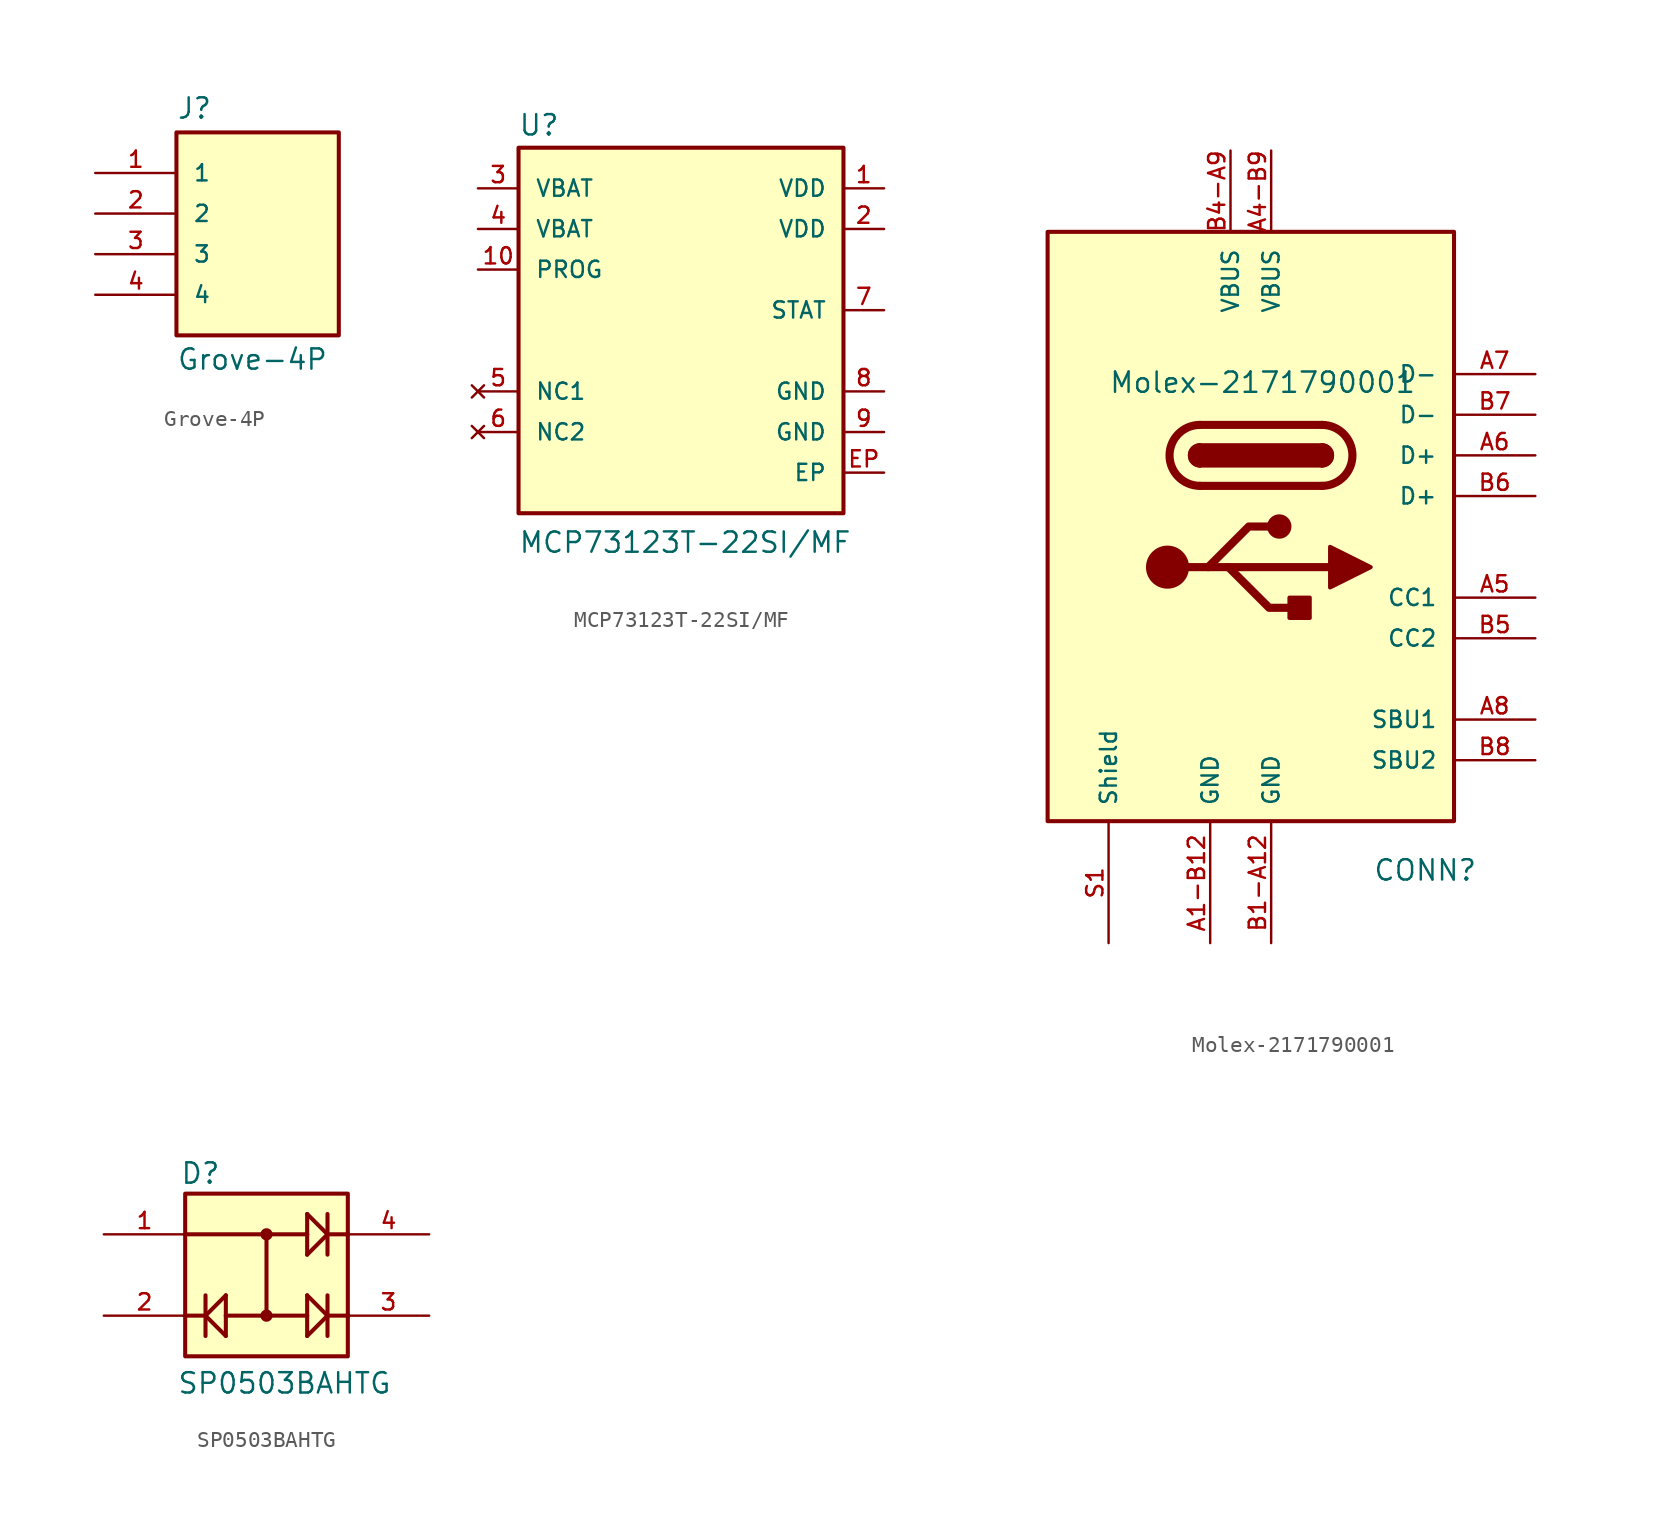
<source format=kicad_sym>
(kicad_symbol_lib
  (version 20220914)
  (generator kicad_symbol_editor)
  (symbol "Grove-4P"
    (pin_names
      (offset 1.016))
    (property "Reference" "J"
      (at -5.08 5.842 0)
      (effects (font (size 1.27 1.27)) (justify left bottom)))
    (property "Value" "Grove-4P"
      (at -5.08 -8.382 0)
      (effects (font (size 1.27 1.27)) (justify left top)))
    (symbol "Grove-4P_0_0"
      (rectangle (start -5.08 -7.62) (end 5.08 5.08) (stroke (width 0.254) (type default)) (fill (type background)))
      (pin bidirectional line (at -10.16 2.54 0) (length 5.08) (name "1" (effects (font (size 1.016 1.016)))) (number "1" (effects (font (size 1.016 1.016)))))
      (pin bidirectional line (at -10.16 0 0) (length 5.08) (name "2" (effects (font (size 1.016 1.016)))) (number "2" (effects (font (size 1.016 1.016)))))
      (pin power_in line (at -10.16 -2.54 0) (length 5.08) (name "3" (effects (font (size 1.016 1.016)))) (number "3" (effects (font (size 1.016 1.016)))))
      (pin power_in line (at -10.16 -5.08 0) (length 5.08) (name "4" (effects (font (size 1.016 1.016)))) (number "4" (effects (font (size 1.016 1.016)))))))
  (symbol "MCP73123T-22SI/MF"
    (pin_names
      (offset 1.016))
    (property "Reference" "U"
      (at -10.186 13.369 0)
      (effects (font (size 1.27 1.27)) (justify left bottom)))
    (property "Value" "MCP73123T-22SI{slash}MF"
      (at -10.184 -12.729 0)
      (effects (font (size 1.27 1.27)) (justify left bottom)))
    (symbol "MCP73123T-22SI/MF_0_0"
      (rectangle (start -10.16 -10.16) (end 10.16 12.7) (stroke (width 0.254) (type default)) (fill (type background)))
      (pin bidirectional line (at -12.7 5.08 0) (length 2.54) (name "PROG" (effects (font (size 1.016 1.016)))) (number "10" (effects (font (size 1.016 1.016)))))
      (pin no_connect line (at -12.7 -2.54 0) (length 2.54) (name "NC1" (effects (font (size 1.016 1.016)))) (number "5" (effects (font (size 1.016 1.016)))))
      (pin no_connect line (at -12.7 -5.08 0) (length 2.54) (name "NC2" (effects (font (size 1.016 1.016)))) (number "6" (effects (font (size 1.016 1.016)))))
      (pin output line (at 12.7 2.54 180) (length 2.54) (name "STAT" (effects (font (size 1.016 1.016)))) (number "7" (effects (font (size 1.016 1.016))))))
    (symbol "MCP73123T-22SI/MF_1_0"
      (pin power_in line (at 12.7 10.16 180) (length 2.54) (name "VDD" (effects (font (size 1.016 1.016)))) (number "1" (effects (font (size 1.016 1.016)))))
      (pin power_in line (at 12.7 7.62 180) (length 2.54) (name "VDD" (effects (font (size 1.016 1.016)))) (number "2" (effects (font (size 1.016 1.016)))))
      (pin power_out line (at -12.7 10.16 0) (length 2.54) (name "VBAT" (effects (font (size 1.016 1.016)))) (number "3" (effects (font (size 1.016 1.016)))))
      (pin passive line (at -12.7 7.62 0) (length 2.54) (name "VBAT" (effects (font (size 1.016 1.016)))) (number "4" (effects (font (size 1.016 1.016)))))
      (pin power_in line (at 12.7 -2.54 180) (length 2.54) (name "GND" (effects (font (size 1.016 1.016)))) (number "8" (effects (font (size 1.016 1.016)))))
      (pin power_in line (at 12.7 -5.08 180) (length 2.54) (name "GND" (effects (font (size 1.016 1.016)))) (number "9" (effects (font (size 1.016 1.016)))))
      (pin power_in line (at 12.7 -7.62 180) (length 2.54) (name "EP" (effects (font (size 1.016 1.016)))) (number "EP" (effects (font (size 1.016 1.016)))))))
  (symbol "Molex-2171790001"
    (pin_names
      (offset 1.016))
    (property "Reference" "CONN"
      (at 10.16 -27.94 0)
      (effects (font (size 1.27 1.27)) (justify left bottom)))
    (property "Value" "Molex-2171790001"
      (at -6.35 2.54 0)
      (effects (font (size 1.27 1.27)) (justify left bottom)))
    (symbol "Molex-2171790001_0_0"
      (rectangle (start -10.16 12.7) (end 15.24 -24.13) (stroke (width 0.254) (type default)) (fill (type background)))
      (pin power_in line (at 0 -31.75 90) (length 7.52) (name "GND" (effects (font (size 1.016 1.016)))) (number "A1-B12" (effects (font (size 1.016 1.016)))))
      (pin bidirectional line (at 20.32 -10.16 180) (length 5.08) (name "CC1" (effects (font (size 1.016 1.016)))) (number "A5" (effects (font (size 1.016 1.016)))))
      (pin bidirectional line (at 20.32 -1.27 180) (length 5.08) (name "D+" (effects (font (size 1.016 1.016)))) (number "A6" (effects (font (size 1.016 1.016)))))
      (pin bidirectional line (at 20.32 3.81 180) (length 5.08) (name "D-" (effects (font (size 1.016 1.016)))) (number "A7" (effects (font (size 1.016 1.016)))))
      (pin bidirectional line (at 20.32 -17.78 180) (length 5.08) (name "SBU1" (effects (font (size 1.016 1.016)))) (number "A8" (effects (font (size 1.016 1.016)))))
      (pin power_in line (at 3.81 -31.75 90) (length 7.52) (name "GND" (effects (font (size 1.016 1.016)))) (number "B1-A12" (effects (font (size 1.016 1.016)))))
      (pin bidirectional line (at 20.32 -12.7 180) (length 5.08) (name "CC2" (effects (font (size 1.016 1.016)))) (number "B5" (effects (font (size 1.016 1.016)))))
      (pin bidirectional line (at 20.32 -3.81 180) (length 5.08) (name "D+" (effects (font (size 1.016 1.016)))) (number "B6" (effects (font (size 1.016 1.016)))))
      (pin bidirectional line (at 20.32 1.27 180) (length 5.08) (name "D-" (effects (font (size 1.016 1.016)))) (number "B7" (effects (font (size 1.016 1.016)))))
      (pin bidirectional line (at 20.32 -20.32 180) (length 5.08) (name "SBU2" (effects (font (size 1.016 1.016)))) (number "B8" (effects (font (size 1.016 1.016)))))
      (pin power_in line (at -6.35 -31.75 90) (length 7.52) (name "Shield" (effects (font (size 1.016 1.016)))) (number "S1" (effects (font (size 1.016 1.016))))))
    (symbol "Molex-2171790001_0_1"
      (arc (start -0.635 -0.635) (mid -1.2673 -1.27) (end -0.635 -1.905) (stroke (width 0.254) (type default)) (fill (type none)))
      (arc (start -0.635 -0.635) (mid -1.2673 -1.27) (end -0.635 -1.905) (stroke (width 0.254) (type default)) (fill (type outline)))
      (rectangle (start -0.635 -0.635) (end 6.985 -1.905) (stroke (width 0.254) (type default)) (fill (type outline)))
      (arc (start -0.635 0.635) (mid -2.5317 -1.27) (end -0.635 -3.175) (stroke (width 0.508) (type default)) (fill (type none)))
      (polyline (pts (xy -0.635 0.635) (xy 6.985 0.635)) (stroke (width 0.508) (type default)) (fill (type none)))
      (polyline (pts (xy 6.985 -3.175) (xy -0.635 -3.175)) (stroke (width 0.508) (type default)) (fill (type none)))
      (arc (start 6.985 -3.175) (mid 8.8817 -1.27) (end 6.985 0.635) (stroke (width 0.508) (type default)) (fill (type none)))
      (arc (start 6.985 -1.905) (mid 7.6173 -1.27) (end 6.985 -0.635) (stroke (width 0.254) (type default)) (fill (type none)))
      (arc (start 6.985 -1.905) (mid 7.6173 -1.27) (end 6.985 -0.635) (stroke (width 0.254) (type default)) (fill (type outline))))
    (symbol "Molex-2171790001_1_0"
      (pin passive line (at 3.81 17.78 270) (length 5.08) (name "VBUS" (effects (font (size 1.016 1.016)))) (number "A4-B9" (effects (font (size 1.016 1.016)))))
      (pin passive line (at 1.27 17.78 270) (length 5.08) (name "VBUS" (effects (font (size 1.016 1.016)))) (number "B4-A9" (effects (font (size 1.016 1.016))))))
    (symbol "Molex-2171790001_1_1"
      (circle (center -2.667 -8.255) (radius 1.27) (stroke (width 0) (type default)) (fill (type outline)))
      (polyline (pts (xy -2.667 -8.255) (xy 7.493 -8.255)) (stroke (width 0.508) (type default)) (fill (type none)))
      (polyline (pts (xy -0.127 -8.255) (xy 2.413 -5.715) (xy 3.683 -5.715)) (stroke (width 0.508) (type default)) (fill (type none)))
      (polyline (pts (xy 1.143 -8.255) (xy 3.683 -10.795) (xy 4.953 -10.795)) (stroke (width 0.508) (type default)) (fill (type none)))
      (polyline (pts (xy 7.493 -6.985) (xy 10.033 -8.255) (xy 7.493 -9.525) (xy 7.493 -6.985)) (stroke (width 0.254) (type default)) (fill (type outline)))
      (circle (center 4.318 -5.715) (radius 0.635) (stroke (width 0.254) (type default)) (fill (type outline)))
      (rectangle (start 4.953 -10.16) (end 6.223 -11.43) (stroke (width 0.254) (type default)) (fill (type outline)))))
  (symbol "SP0503BAHTG"
    (pin_names
      (offset 1.016))
    (property "Reference" "D"
      (at -5.406 5.606 0)
      (effects (font (size 1.27 1.27)) (justify left bottom)))
    (property "Value" "SP0503BAHTG"
      (at -5.602 -7.503 0)
      (effects (font (size 1.27 1.27)) (justify left bottom)))
    (symbol "SP0503BAHTG_0_0"
      (rectangle (start -5.08 -5.08) (end 5.08 5.08) (stroke (width 0.254) (type default)) (fill (type background)))
      (circle (center 0 -2.54) (radius 0.254) (stroke (width 0.254) (type default)) (fill (type none)))
      (polyline (pts (xy -5.08 -2.54) (xy -3.81 -2.54)) (stroke (width 0.254) (type default)) (fill (type none)))
      (polyline (pts (xy -5.08 2.54) (xy 0 2.54)) (stroke (width 0.254) (type default)) (fill (type none)))
      (polyline (pts (xy -3.81 -2.54) (xy -3.81 -3.81)) (stroke (width 0.254) (type default)) (fill (type none)))
      (polyline (pts (xy -3.81 -2.54) (xy -3.81 -1.27)) (stroke (width 0.254) (type default)) (fill (type none)))
      (polyline (pts (xy -3.81 -2.54) (xy -2.54 -1.27)) (stroke (width 0.254) (type default)) (fill (type none)))
      (polyline (pts (xy -2.54 -3.81) (xy -3.81 -2.54)) (stroke (width 0.254) (type default)) (fill (type none)))
      (polyline (pts (xy -2.54 -2.54) (xy -2.54 -3.81)) (stroke (width 0.254) (type default)) (fill (type none)))
      (polyline (pts (xy -2.54 -2.54) (xy 0 -2.54)) (stroke (width 0.254) (type default)) (fill (type none)))
      (polyline (pts (xy -2.54 -1.27) (xy -2.54 -2.54)) (stroke (width 0.254) (type default)) (fill (type none)))
      (polyline (pts (xy 0 -2.54) (xy 0 2.54)) (stroke (width 0.254) (type default)) (fill (type none)))
      (polyline (pts (xy 0 -2.54) (xy 2.54 -2.54)) (stroke (width 0.254) (type default)) (fill (type none)))
      (polyline (pts (xy 0 2.54) (xy 2.54 2.54)) (stroke (width 0.254) (type default)) (fill (type none)))
      (polyline (pts (xy 2.54 -3.81) (xy 3.81 -2.54)) (stroke (width 0.254) (type default)) (fill (type none)))
      (polyline (pts (xy 2.54 -2.54) (xy 2.54 -3.81)) (stroke (width 0.254) (type default)) (fill (type none)))
      (polyline (pts (xy 2.54 -2.54) (xy 2.54 -1.27)) (stroke (width 0.254) (type default)) (fill (type none)))
      (polyline (pts (xy 2.54 1.27) (xy 3.81 2.54)) (stroke (width 0.254) (type default)) (fill (type none)))
      (polyline (pts (xy 2.54 2.54) (xy 2.54 1.27)) (stroke (width 0.254) (type default)) (fill (type none)))
      (polyline (pts (xy 2.54 2.54) (xy 2.54 3.81)) (stroke (width 0.254) (type default)) (fill (type none)))
      (polyline (pts (xy 3.81 -2.54) (xy 2.54 -1.27)) (stroke (width 0.254) (type default)) (fill (type none)))
      (polyline (pts (xy 3.81 -2.54) (xy 3.81 -3.81)) (stroke (width 0.254) (type default)) (fill (type none)))
      (polyline (pts (xy 3.81 -2.54) (xy 5.08 -2.54)) (stroke (width 0.254) (type default)) (fill (type none)))
      (polyline (pts (xy 3.81 -1.27) (xy 3.81 -2.54)) (stroke (width 0.254) (type default)) (fill (type none)))
      (polyline (pts (xy 3.81 2.54) (xy 2.54 3.81)) (stroke (width 0.254) (type default)) (fill (type none)))
      (polyline (pts (xy 3.81 2.54) (xy 3.81 1.27)) (stroke (width 0.254) (type default)) (fill (type none)))
      (polyline (pts (xy 3.81 2.54) (xy 5.08 2.54)) (stroke (width 0.254) (type default)) (fill (type none)))
      (polyline (pts (xy 3.81 3.81) (xy 3.81 2.54)) (stroke (width 0.254) (type default)) (fill (type none)))
      (circle (center 0 2.54) (radius 0.254) (stroke (width 0.254) (type default)) (fill (type none)))
      (pin passive line (at -10.16 2.54 0) (length 5.08) (name "~" (effects (font (size 1.016 1.016)))) (number "1" (effects (font (size 1.016 1.016)))))
      (pin passive line (at -10.16 -2.54 0) (length 5.08) (name "~" (effects (font (size 1.016 1.016)))) (number "2" (effects (font (size 1.016 1.016)))))
      (pin passive line (at 10.16 -2.54 180) (length 5.08) (name "~" (effects (font (size 1.016 1.016)))) (number "3" (effects (font (size 1.016 1.016)))))
      (pin passive line (at 10.16 2.54 180) (length 5.08) (name "~" (effects (font (size 1.016 1.016)))) (number "4" (effects (font (size 1.016 1.016))))))))
</source>
